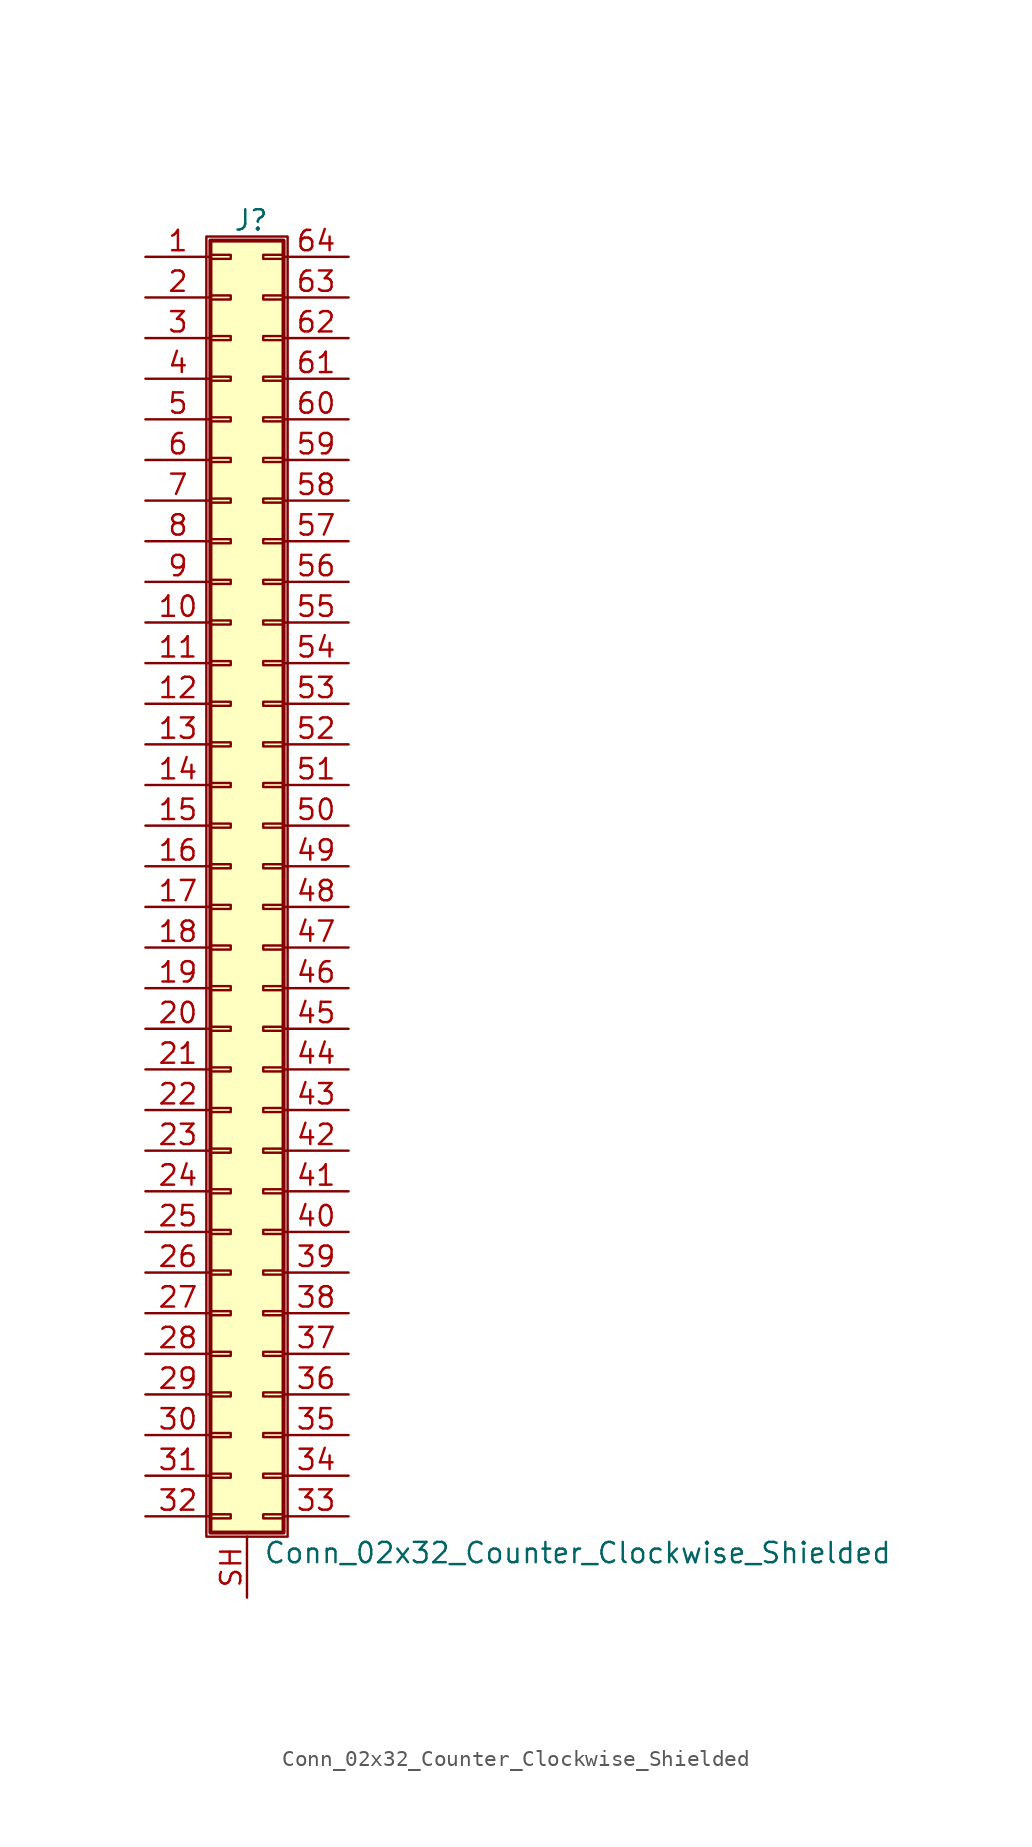
<source format=kicad_sym>
(kicad_symbol_lib
  (version 20201005)
  (generator kicad_symbol_editor)
  (symbol "Conn_02x32_Counter_Clockwise_Shielded"
    (pin_names
      (offset 1.016) hide)
    (property "Reference" "J"
      (at 1.524 40.386 0)
      (effects (font (size 1.27 1.27))))
    (property "Value" "Conn_02x32_Counter_Clockwise_Shielded"
      (at 2.286 -42.926 0)
      (effects (font (size 1.27 1.27)) (justify left)))
    (symbol "Conn_02x32_Counter_Clockwise_Shielded_1_1"
      (rectangle (start -1.27 39.37) (end 3.81 -41.91) (stroke (width 0.152)) (fill (type none)))
      (rectangle (start -1.016 -40.513) (end 0.254 -40.767) (stroke (width 0.152)) (fill (type none)))
      (rectangle (start -1.016 -37.973) (end 0.254 -38.227) (stroke (width 0.152)) (fill (type none)))
      (rectangle (start -1.016 -35.433) (end 0.254 -35.687) (stroke (width 0.152)) (fill (type none)))
      (rectangle (start -1.016 -32.893) (end 0.254 -33.147) (stroke (width 0.152)) (fill (type none)))
      (rectangle (start -1.016 -30.353) (end 0.254 -30.607) (stroke (width 0.152)) (fill (type none)))
      (rectangle (start -1.016 -27.813) (end 0.254 -28.067) (stroke (width 0.152)) (fill (type none)))
      (rectangle (start -1.016 -25.273) (end 0.254 -25.527) (stroke (width 0.152)) (fill (type none)))
      (rectangle (start -1.016 -22.733) (end 0.254 -22.987) (stroke (width 0.152)) (fill (type none)))
      (rectangle (start -1.016 -20.193) (end 0.254 -20.447) (stroke (width 0.152)) (fill (type none)))
      (rectangle (start -1.016 -17.653) (end 0.254 -17.907) (stroke (width 0.152)) (fill (type none)))
      (rectangle (start -1.016 -15.113) (end 0.254 -15.367) (stroke (width 0.152)) (fill (type none)))
      (rectangle (start -1.016 -12.573) (end 0.254 -12.827) (stroke (width 0.152)) (fill (type none)))
      (rectangle (start -1.016 -10.033) (end 0.254 -10.287) (stroke (width 0.152)) (fill (type none)))
      (rectangle (start -1.016 -7.493) (end 0.254 -7.747) (stroke (width 0.152)) (fill (type none)))
      (rectangle (start -1.016 -4.953) (end 0.254 -5.207) (stroke (width 0.152)) (fill (type none)))
      (rectangle (start -1.016 -2.413) (end 0.254 -2.667) (stroke (width 0.152)) (fill (type none)))
      (rectangle (start -1.016 0.127) (end 0.254 -0.127) (stroke (width 0.152)) (fill (type none)))
      (rectangle (start -1.016 2.667) (end 0.254 2.413) (stroke (width 0.152)) (fill (type none)))
      (rectangle (start -1.016 5.207) (end 0.254 4.953) (stroke (width 0.152)) (fill (type none)))
      (rectangle (start -1.016 7.747) (end 0.254 7.493) (stroke (width 0.152)) (fill (type none)))
      (rectangle (start -1.016 10.287) (end 0.254 10.033) (stroke (width 0.152)) (fill (type none)))
      (rectangle (start -1.016 12.827) (end 0.254 12.573) (stroke (width 0.152)) (fill (type none)))
      (rectangle (start -1.016 15.367) (end 0.254 15.113) (stroke (width 0.152)) (fill (type none)))
      (rectangle (start -1.016 17.907) (end 0.254 17.653) (stroke (width 0.152)) (fill (type none)))
      (rectangle (start -1.016 20.447) (end 0.254 20.193) (stroke (width 0.152)) (fill (type none)))
      (rectangle (start -1.016 22.987) (end 0.254 22.733) (stroke (width 0.152)) (fill (type none)))
      (rectangle (start -1.016 25.527) (end 0.254 25.273) (stroke (width 0.152)) (fill (type none)))
      (rectangle (start -1.016 28.067) (end 0.254 27.813) (stroke (width 0.152)) (fill (type none)))
      (rectangle (start -1.016 30.607) (end 0.254 30.353) (stroke (width 0.152)) (fill (type none)))
      (rectangle (start -1.016 33.147) (end 0.254 32.893) (stroke (width 0.152)) (fill (type none)))
      (rectangle (start -1.016 35.687) (end 0.254 35.433) (stroke (width 0.152)) (fill (type none)))
      (rectangle (start -1.016 38.227) (end 0.254 37.973) (stroke (width 0.152)) (fill (type none)))
      (rectangle (start -1.016 39.116) (end 3.556 -41.656) (stroke (width 0.254)) (fill (type background)))
      (rectangle (start 3.556 -40.513) (end 2.286 -40.767) (stroke (width 0.152)) (fill (type none)))
      (rectangle (start 3.556 -37.973) (end 2.286 -38.227) (stroke (width 0.152)) (fill (type none)))
      (rectangle (start 3.556 -35.433) (end 2.286 -35.687) (stroke (width 0.152)) (fill (type none)))
      (rectangle (start 3.556 -32.893) (end 2.286 -33.147) (stroke (width 0.152)) (fill (type none)))
      (rectangle (start 3.556 -30.353) (end 2.286 -30.607) (stroke (width 0.152)) (fill (type none)))
      (rectangle (start 3.556 -27.813) (end 2.286 -28.067) (stroke (width 0.152)) (fill (type none)))
      (rectangle (start 3.556 -25.273) (end 2.286 -25.527) (stroke (width 0.152)) (fill (type none)))
      (rectangle (start 3.556 -22.733) (end 2.286 -22.987) (stroke (width 0.152)) (fill (type none)))
      (rectangle (start 3.556 -20.193) (end 2.286 -20.447) (stroke (width 0.152)) (fill (type none)))
      (rectangle (start 3.556 -17.653) (end 2.286 -17.907) (stroke (width 0.152)) (fill (type none)))
      (rectangle (start 3.556 -15.113) (end 2.286 -15.367) (stroke (width 0.152)) (fill (type none)))
      (rectangle (start 3.556 -12.573) (end 2.286 -12.827) (stroke (width 0.152)) (fill (type none)))
      (rectangle (start 3.556 -10.033) (end 2.286 -10.287) (stroke (width 0.152)) (fill (type none)))
      (rectangle (start 3.556 -7.493) (end 2.286 -7.747) (stroke (width 0.152)) (fill (type none)))
      (rectangle (start 3.556 -4.953) (end 2.286 -5.207) (stroke (width 0.152)) (fill (type none)))
      (rectangle (start 3.556 -2.413) (end 2.286 -2.667) (stroke (width 0.152)) (fill (type none)))
      (rectangle (start 3.556 0.127) (end 2.286 -0.127) (stroke (width 0.152)) (fill (type none)))
      (rectangle (start 3.556 2.667) (end 2.286 2.413) (stroke (width 0.152)) (fill (type none)))
      (rectangle (start 3.556 5.207) (end 2.286 4.953) (stroke (width 0.152)) (fill (type none)))
      (rectangle (start 3.556 7.747) (end 2.286 7.493) (stroke (width 0.152)) (fill (type none)))
      (rectangle (start 3.556 10.287) (end 2.286 10.033) (stroke (width 0.152)) (fill (type none)))
      (rectangle (start 3.556 12.827) (end 2.286 12.573) (stroke (width 0.152)) (fill (type none)))
      (rectangle (start 3.556 15.367) (end 2.286 15.113) (stroke (width 0.152)) (fill (type none)))
      (rectangle (start 3.556 17.907) (end 2.286 17.653) (stroke (width 0.152)) (fill (type none)))
      (rectangle (start 3.556 20.447) (end 2.286 20.193) (stroke (width 0.152)) (fill (type none)))
      (rectangle (start 3.556 22.987) (end 2.286 22.733) (stroke (width 0.152)) (fill (type none)))
      (rectangle (start 3.556 25.527) (end 2.286 25.273) (stroke (width 0.152)) (fill (type none)))
      (rectangle (start 3.556 28.067) (end 2.286 27.813) (stroke (width 0.152)) (fill (type none)))
      (rectangle (start 3.556 30.607) (end 2.286 30.353) (stroke (width 0.152)) (fill (type none)))
      (rectangle (start 3.556 33.147) (end 2.286 32.893) (stroke (width 0.152)) (fill (type none)))
      (rectangle (start 3.556 35.687) (end 2.286 35.433) (stroke (width 0.152)) (fill (type none)))
      (rectangle (start 3.556 38.227) (end 2.286 37.973) (stroke (width 0.152)) (fill (type none)))
      (pin passive line (at -5.08 38.1 0) (length 4.064) (name "Pin_1" (effects (font (size 1.27 1.27)))) (number "1" (effects (font (size 1.27 1.27)))))
      (pin passive line (at -5.08 15.24 0) (length 4.064) (name "Pin_10" (effects (font (size 1.27 1.27)))) (number "10" (effects (font (size 1.27 1.27)))))
      (pin passive line (at -5.08 12.7 0) (length 4.064) (name "Pin_11" (effects (font (size 1.27 1.27)))) (number "11" (effects (font (size 1.27 1.27)))))
      (pin passive line (at -5.08 10.16 0) (length 4.064) (name "Pin_12" (effects (font (size 1.27 1.27)))) (number "12" (effects (font (size 1.27 1.27)))))
      (pin passive line (at -5.08 7.62 0) (length 4.064) (name "Pin_13" (effects (font (size 1.27 1.27)))) (number "13" (effects (font (size 1.27 1.27)))))
      (pin passive line (at -5.08 5.08 0) (length 4.064) (name "Pin_14" (effects (font (size 1.27 1.27)))) (number "14" (effects (font (size 1.27 1.27)))))
      (pin passive line (at -5.08 2.54 0) (length 4.064) (name "Pin_15" (effects (font (size 1.27 1.27)))) (number "15" (effects (font (size 1.27 1.27)))))
      (pin passive line (at -5.08 0 0) (length 4.064) (name "Pin_16" (effects (font (size 1.27 1.27)))) (number "16" (effects (font (size 1.27 1.27)))))
      (pin passive line (at -5.08 -2.54 0) (length 4.064) (name "Pin_17" (effects (font (size 1.27 1.27)))) (number "17" (effects (font (size 1.27 1.27)))))
      (pin passive line (at -5.08 -5.08 0) (length 4.064) (name "Pin_18" (effects (font (size 1.27 1.27)))) (number "18" (effects (font (size 1.27 1.27)))))
      (pin passive line (at -5.08 -7.62 0) (length 4.064) (name "Pin_19" (effects (font (size 1.27 1.27)))) (number "19" (effects (font (size 1.27 1.27)))))
      (pin passive line (at -5.08 35.56 0) (length 4.064) (name "Pin_2" (effects (font (size 1.27 1.27)))) (number "2" (effects (font (size 1.27 1.27)))))
      (pin passive line (at -5.08 -10.16 0) (length 4.064) (name "Pin_20" (effects (font (size 1.27 1.27)))) (number "20" (effects (font (size 1.27 1.27)))))
      (pin passive line (at -5.08 -12.7 0) (length 4.064) (name "Pin_21" (effects (font (size 1.27 1.27)))) (number "21" (effects (font (size 1.27 1.27)))))
      (pin passive line (at -5.08 -15.24 0) (length 4.064) (name "Pin_22" (effects (font (size 1.27 1.27)))) (number "22" (effects (font (size 1.27 1.27)))))
      (pin passive line (at -5.08 -17.78 0) (length 4.064) (name "Pin_23" (effects (font (size 1.27 1.27)))) (number "23" (effects (font (size 1.27 1.27)))))
      (pin passive line (at -5.08 -20.32 0) (length 4.064) (name "Pin_24" (effects (font (size 1.27 1.27)))) (number "24" (effects (font (size 1.27 1.27)))))
      (pin passive line (at -5.08 -22.86 0) (length 4.064) (name "Pin_25" (effects (font (size 1.27 1.27)))) (number "25" (effects (font (size 1.27 1.27)))))
      (pin passive line (at -5.08 -25.4 0) (length 4.064) (name "Pin_26" (effects (font (size 1.27 1.27)))) (number "26" (effects (font (size 1.27 1.27)))))
      (pin passive line (at -5.08 -27.94 0) (length 4.064) (name "Pin_27" (effects (font (size 1.27 1.27)))) (number "27" (effects (font (size 1.27 1.27)))))
      (pin passive line (at -5.08 -30.48 0) (length 4.064) (name "Pin_28" (effects (font (size 1.27 1.27)))) (number "28" (effects (font (size 1.27 1.27)))))
      (pin passive line (at -5.08 -33.02 0) (length 4.064) (name "Pin_29" (effects (font (size 1.27 1.27)))) (number "29" (effects (font (size 1.27 1.27)))))
      (pin passive line (at -5.08 33.02 0) (length 4.064) (name "Pin_3" (effects (font (size 1.27 1.27)))) (number "3" (effects (font (size 1.27 1.27)))))
      (pin passive line (at -5.08 -35.56 0) (length 4.064) (name "Pin_30" (effects (font (size 1.27 1.27)))) (number "30" (effects (font (size 1.27 1.27)))))
      (pin passive line (at -5.08 -38.1 0) (length 4.064) (name "Pin_31" (effects (font (size 1.27 1.27)))) (number "31" (effects (font (size 1.27 1.27)))))
      (pin passive line (at -5.08 -40.64 0) (length 4.064) (name "Pin_32" (effects (font (size 1.27 1.27)))) (number "32" (effects (font (size 1.27 1.27)))))
      (pin passive line (at 7.62 -40.64 180) (length 4.064) (name "Pin_33" (effects (font (size 1.27 1.27)))) (number "33" (effects (font (size 1.27 1.27)))))
      (pin passive line (at 7.62 -38.1 180) (length 4.064) (name "Pin_34" (effects (font (size 1.27 1.27)))) (number "34" (effects (font (size 1.27 1.27)))))
      (pin passive line (at 7.62 -35.56 180) (length 4.064) (name "Pin_35" (effects (font (size 1.27 1.27)))) (number "35" (effects (font (size 1.27 1.27)))))
      (pin passive line (at 7.62 -33.02 180) (length 4.064) (name "Pin_36" (effects (font (size 1.27 1.27)))) (number "36" (effects (font (size 1.27 1.27)))))
      (pin passive line (at 7.62 -30.48 180) (length 4.064) (name "Pin_37" (effects (font (size 1.27 1.27)))) (number "37" (effects (font (size 1.27 1.27)))))
      (pin passive line (at 7.62 -27.94 180) (length 4.064) (name "Pin_38" (effects (font (size 1.27 1.27)))) (number "38" (effects (font (size 1.27 1.27)))))
      (pin passive line (at 7.62 -25.4 180) (length 4.064) (name "Pin_39" (effects (font (size 1.27 1.27)))) (number "39" (effects (font (size 1.27 1.27)))))
      (pin passive line (at -5.08 30.48 0) (length 4.064) (name "Pin_4" (effects (font (size 1.27 1.27)))) (number "4" (effects (font (size 1.27 1.27)))))
      (pin passive line (at 7.62 -22.86 180) (length 4.064) (name "Pin_40" (effects (font (size 1.27 1.27)))) (number "40" (effects (font (size 1.27 1.27)))))
      (pin passive line (at 7.62 -20.32 180) (length 4.064) (name "Pin_41" (effects (font (size 1.27 1.27)))) (number "41" (effects (font (size 1.27 1.27)))))
      (pin passive line (at 7.62 -17.78 180) (length 4.064) (name "Pin_42" (effects (font (size 1.27 1.27)))) (number "42" (effects (font (size 1.27 1.27)))))
      (pin passive line (at 7.62 -15.24 180) (length 4.064) (name "Pin_43" (effects (font (size 1.27 1.27)))) (number "43" (effects (font (size 1.27 1.27)))))
      (pin passive line (at 7.62 -12.7 180) (length 4.064) (name "Pin_44" (effects (font (size 1.27 1.27)))) (number "44" (effects (font (size 1.27 1.27)))))
      (pin passive line (at 7.62 -10.16 180) (length 4.064) (name "Pin_45" (effects (font (size 1.27 1.27)))) (number "45" (effects (font (size 1.27 1.27)))))
      (pin passive line (at 7.62 -7.62 180) (length 4.064) (name "Pin_46" (effects (font (size 1.27 1.27)))) (number "46" (effects (font (size 1.27 1.27)))))
      (pin passive line (at 7.62 -5.08 180) (length 4.064) (name "Pin_47" (effects (font (size 1.27 1.27)))) (number "47" (effects (font (size 1.27 1.27)))))
      (pin passive line (at 7.62 -2.54 180) (length 4.064) (name "Pin_48" (effects (font (size 1.27 1.27)))) (number "48" (effects (font (size 1.27 1.27)))))
      (pin passive line (at 7.62 0 180) (length 4.064) (name "Pin_49" (effects (font (size 1.27 1.27)))) (number "49" (effects (font (size 1.27 1.27)))))
      (pin passive line (at -5.08 27.94 0) (length 4.064) (name "Pin_5" (effects (font (size 1.27 1.27)))) (number "5" (effects (font (size 1.27 1.27)))))
      (pin passive line (at 7.62 2.54 180) (length 4.064) (name "Pin_50" (effects (font (size 1.27 1.27)))) (number "50" (effects (font (size 1.27 1.27)))))
      (pin passive line (at 7.62 5.08 180) (length 4.064) (name "Pin_51" (effects (font (size 1.27 1.27)))) (number "51" (effects (font (size 1.27 1.27)))))
      (pin passive line (at 7.62 7.62 180) (length 4.064) (name "Pin_52" (effects (font (size 1.27 1.27)))) (number "52" (effects (font (size 1.27 1.27)))))
      (pin passive line (at 7.62 10.16 180) (length 4.064) (name "Pin_53" (effects (font (size 1.27 1.27)))) (number "53" (effects (font (size 1.27 1.27)))))
      (pin passive line (at 7.62 12.7 180) (length 4.064) (name "Pin_54" (effects (font (size 1.27 1.27)))) (number "54" (effects (font (size 1.27 1.27)))))
      (pin passive line (at 7.62 15.24 180) (length 4.064) (name "Pin_55" (effects (font (size 1.27 1.27)))) (number "55" (effects (font (size 1.27 1.27)))))
      (pin passive line (at 7.62 17.78 180) (length 4.064) (name "Pin_56" (effects (font (size 1.27 1.27)))) (number "56" (effects (font (size 1.27 1.27)))))
      (pin passive line (at 7.62 20.32 180) (length 4.064) (name "Pin_57" (effects (font (size 1.27 1.27)))) (number "57" (effects (font (size 1.27 1.27)))))
      (pin passive line (at 7.62 22.86 180) (length 4.064) (name "Pin_58" (effects (font (size 1.27 1.27)))) (number "58" (effects (font (size 1.27 1.27)))))
      (pin passive line (at 7.62 25.4 180) (length 4.064) (name "Pin_59" (effects (font (size 1.27 1.27)))) (number "59" (effects (font (size 1.27 1.27)))))
      (pin passive line (at -5.08 25.4 0) (length 4.064) (name "Pin_6" (effects (font (size 1.27 1.27)))) (number "6" (effects (font (size 1.27 1.27)))))
      (pin passive line (at 7.62 27.94 180) (length 4.064) (name "Pin_60" (effects (font (size 1.27 1.27)))) (number "60" (effects (font (size 1.27 1.27)))))
      (pin passive line (at 7.62 30.48 180) (length 4.064) (name "Pin_61" (effects (font (size 1.27 1.27)))) (number "61" (effects (font (size 1.27 1.27)))))
      (pin passive line (at 7.62 33.02 180) (length 4.064) (name "Pin_62" (effects (font (size 1.27 1.27)))) (number "62" (effects (font (size 1.27 1.27)))))
      (pin passive line (at 7.62 35.56 180) (length 4.064) (name "Pin_63" (effects (font (size 1.27 1.27)))) (number "63" (effects (font (size 1.27 1.27)))))
      (pin passive line (at 7.62 38.1 180) (length 4.064) (name "Pin_64" (effects (font (size 1.27 1.27)))) (number "64" (effects (font (size 1.27 1.27)))))
      (pin passive line (at -5.08 22.86 0) (length 4.064) (name "Pin_7" (effects (font (size 1.27 1.27)))) (number "7" (effects (font (size 1.27 1.27)))))
      (pin passive line (at -5.08 20.32 0) (length 4.064) (name "Pin_8" (effects (font (size 1.27 1.27)))) (number "8" (effects (font (size 1.27 1.27)))))
      (pin passive line (at -5.08 17.78 0) (length 4.064) (name "Pin_9" (effects (font (size 1.27 1.27)))) (number "9" (effects (font (size 1.27 1.27)))))
      (pin passive line (at 1.27 -45.72 90) (length 3.81) (name "Shield" (effects (font (size 1.27 1.27)))) (number "SH" (effects (font (size 1.27 1.27))))))))
</source>
